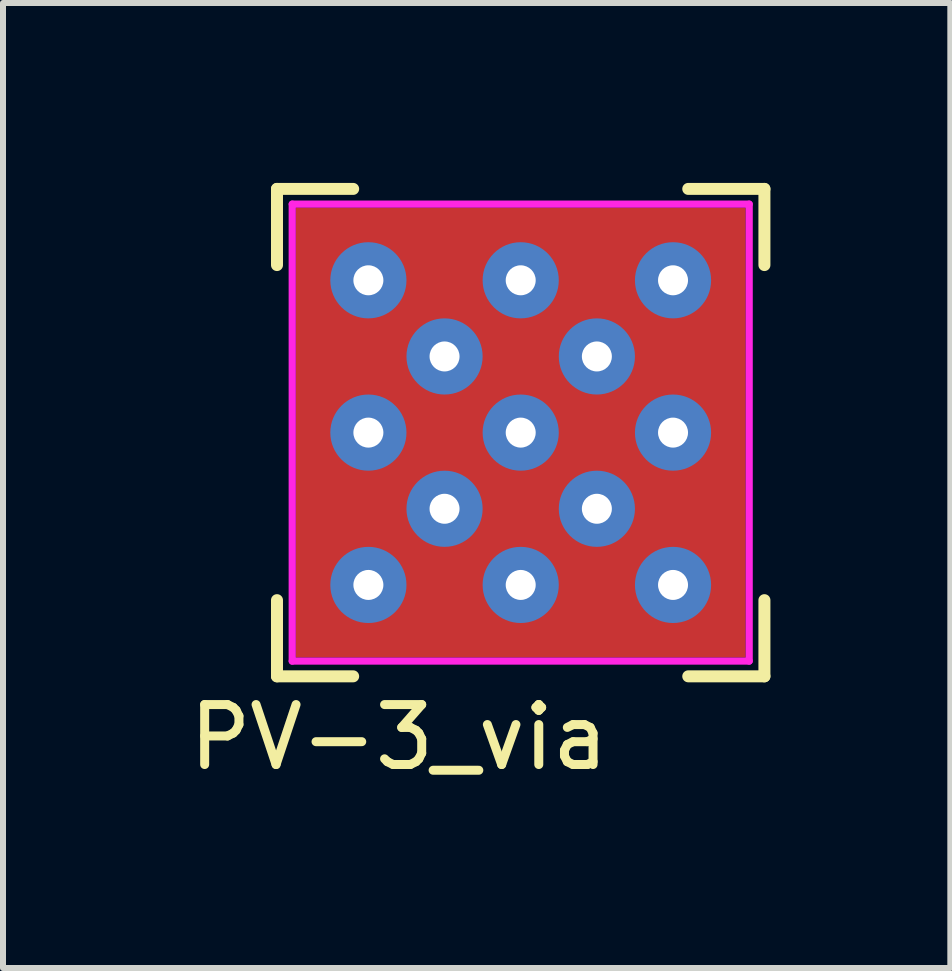
<source format=kicad_pcb>
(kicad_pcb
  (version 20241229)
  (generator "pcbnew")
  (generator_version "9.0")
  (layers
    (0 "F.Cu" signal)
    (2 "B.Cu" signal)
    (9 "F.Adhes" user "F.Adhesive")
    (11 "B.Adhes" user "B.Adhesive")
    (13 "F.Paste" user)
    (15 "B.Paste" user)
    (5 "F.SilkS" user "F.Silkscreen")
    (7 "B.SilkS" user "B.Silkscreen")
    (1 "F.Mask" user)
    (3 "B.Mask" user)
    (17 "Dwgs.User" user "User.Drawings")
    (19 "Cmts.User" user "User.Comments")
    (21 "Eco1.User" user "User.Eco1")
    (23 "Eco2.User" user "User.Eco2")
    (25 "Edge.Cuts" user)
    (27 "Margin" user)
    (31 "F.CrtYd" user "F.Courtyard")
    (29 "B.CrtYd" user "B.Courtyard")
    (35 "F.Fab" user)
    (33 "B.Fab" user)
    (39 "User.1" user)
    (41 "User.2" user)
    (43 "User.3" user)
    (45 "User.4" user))
  (footprint "PV-3_via"
    (layer "F.Cu")
    (at 5.633 4.164)
    (property "Reference" "PV-3_via" (at -2.032 5.08 0) (layer "F.SilkS") (effects (font (size 1 1) (thickness 0.15))))
    (attr through_hole)
    (fp_line (start -4.064 -4.064) (end -4.064 -2.794) (stroke (width 0.2) (type solid)) (layer "F.SilkS"))
    (fp_line (start -4.064 -4.064) (end -2.794 -4.064) (stroke (width 0.2) (type solid)) (layer "F.SilkS"))
    (fp_line (start -4.064 2.794) (end -4.064 4.064) (stroke (width 0.2) (type solid)) (layer "F.SilkS"))
    (fp_line (start -4.064 4.064) (end -2.794 4.064) (stroke (width 0.2) (type solid)) (layer "F.SilkS"))
    (fp_line (start 2.794 -4.064) (end 4.064 -4.064) (stroke (width 0.2) (type solid)) (layer "F.SilkS"))
    (fp_line (start 2.794 4.064) (end 4.064 4.064) (stroke (width 0.2) (type solid)) (layer "F.SilkS"))
    (fp_line (start 4.064 -4.064) (end 4.064 -2.794) (stroke (width 0.2) (type solid)) (layer "F.SilkS"))
    (fp_line (start 4.064 2.794) (end 4.064 4.064) (stroke (width 0.2) (type solid)) (layer "F.SilkS"))
    (fp_line (start -3.81 -3.81) (end 3.81 -3.81) (stroke (width 0.12) (type solid)) (layer "F.CrtYd"))
    (fp_line (start -3.81 3.81) (end -3.81 -3.81) (stroke (width 0.12) (type solid)) (layer "F.CrtYd"))
    (fp_line (start 3.81 -3.81) (end 3.81 3.81) (stroke (width 0.12) (type solid)) (layer "F.CrtYd"))
    (fp_line (start 3.81 3.81) (end -3.81 3.81) (stroke (width 0.12) (type solid)) (layer "F.CrtYd"))
    (pad "1" thru_hole circle (at -2.54 -2.54) (size 1.27 1.27) (drill 0.5) (layers "*.Cu" "*.Mask"))
    (pad "1" thru_hole circle (at -2.54 0) (size 1.27 1.27) (drill 0.5) (layers "*.Cu" "*.Mask"))
    (pad "1" thru_hole circle (at -2.54 2.54) (size 1.27 1.27) (drill 0.5) (layers "*.Cu" "*.Mask"))
    (pad "1" thru_hole circle (at -1.27 -1.27) (size 1.27 1.27) (drill 0.5) (layers "*.Cu" "*.Mask"))
    (pad "1" thru_hole circle (at -1.27 1.27) (size 1.27 1.27) (drill 0.5) (layers "*.Cu" "*.Mask"))
    (pad "1" thru_hole circle (at 0 -2.54) (size 1.27 1.27) (drill 0.5) (layers "*.Cu" "*.Mask"))
    (pad "1" thru_hole circle (at 0 0) (size 1.27 1.27) (drill 0.5) (layers "*.Cu" "*.Mask"))
    (pad "1" smd rect (at 0 0) (size 7.5 7.5) (layers "F.Cu" "F.Mask" "F.Paste"))
    (pad "1" thru_hole circle (at 0 2.54) (size 1.27 1.27) (drill 0.5) (layers "*.Cu" "*.Mask"))
    (pad "1" thru_hole circle (at 1.27 -1.27) (size 1.27 1.27) (drill 0.5) (layers "*.Cu" "*.Mask"))
    (pad "1" thru_hole circle (at 1.27 1.27) (size 1.27 1.27) (drill 0.5) (layers "*.Cu" "*.Mask"))
    (pad "1" thru_hole circle (at 2.54 -2.54) (size 1.27 1.27) (drill 0.5) (layers "*.Cu" "*.Mask"))
    (pad "1" thru_hole circle (at 2.54 0) (size 1.27 1.27) (drill 0.5) (layers "*.Cu" "*.Mask"))
    (pad "1" thru_hole circle (at 2.54 2.54) (size 1.27 1.27) (drill 0.5) (layers "*.Cu" "*.Mask")))
  (gr_rect
    (start -3 -3)
    (end 12.797 13.092)
    (stroke (width 0.1) (type default))
    (fill no)
    (layer "Edge.Cuts")))
</source>
